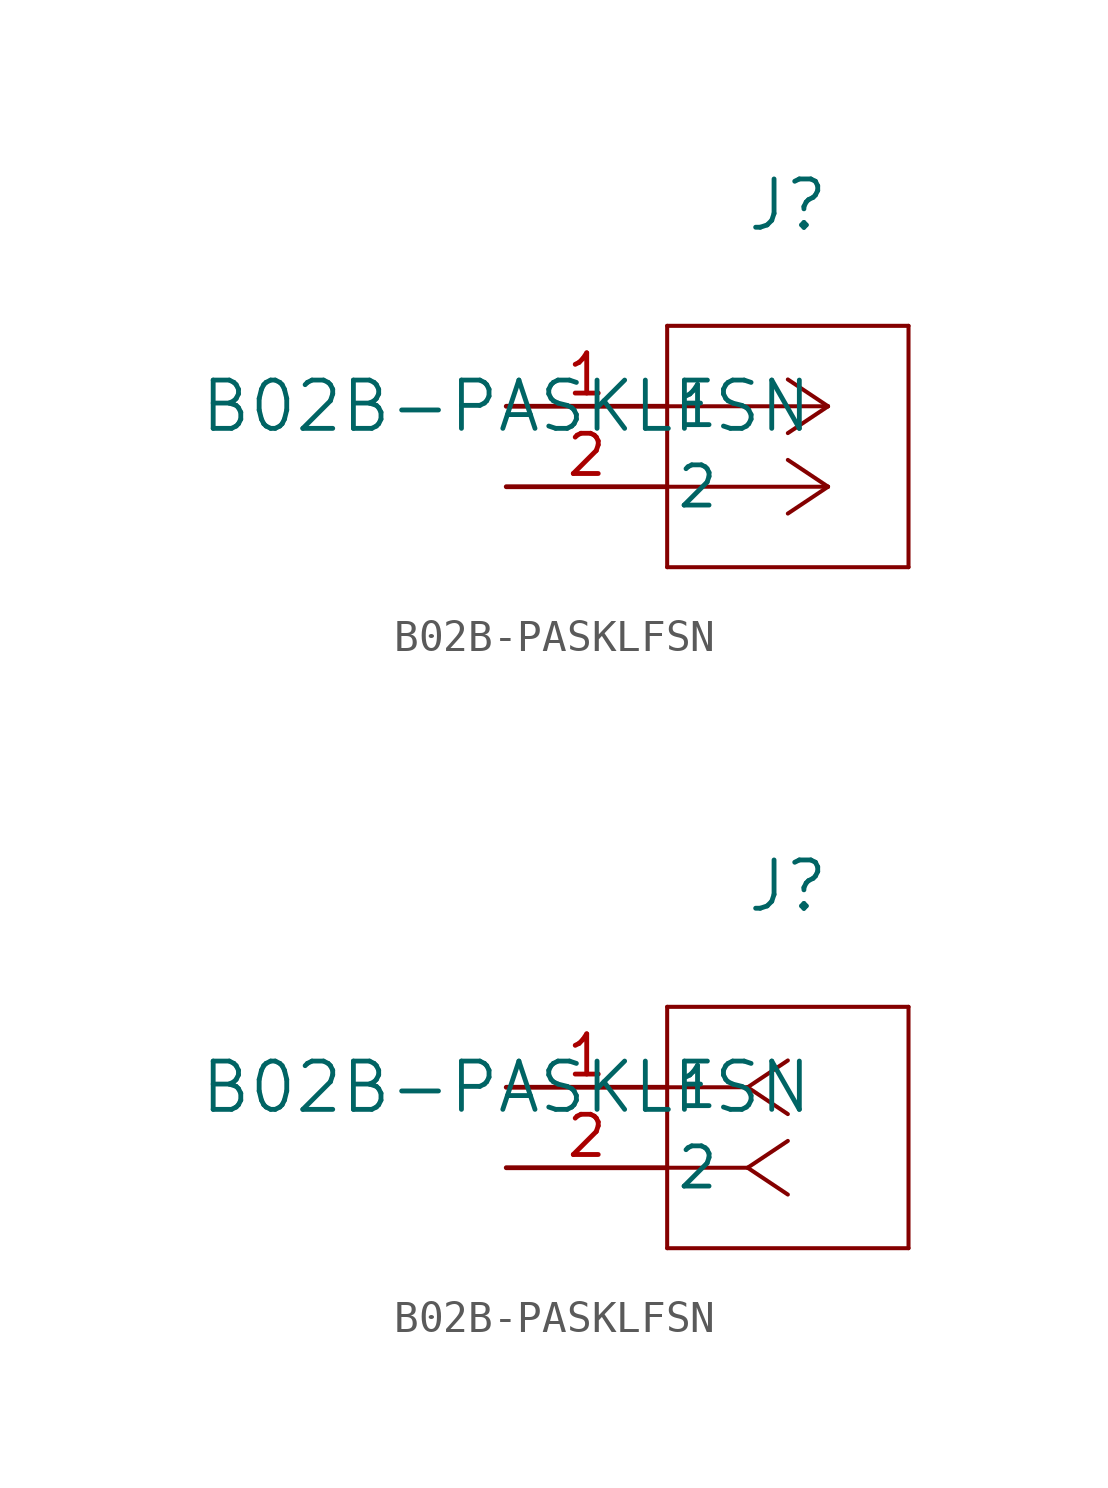
<source format=kicad_sym>
(kicad_symbol_lib
  (version 20211014)
  (generator kicad_symbol_editor)
  (symbol "B02B-PASKLFSN"
    (pin_names
      (offset 0.254))
    (property "Reference" "J"
      (at 8.89 6.35 0)
      (effects (font (size 1.524 1.524))))
    (property "Value" "B02B-PASKLFSN"
      (at 0 0 0)
      (effects (font (size 1.524 1.524))))
    (symbol "B02B-PASKLFSN_1_1"
      (polyline (pts (xy 10.16 0) (xy 5.08 0)) (stroke (width 0.127) (type default) (color 0 0 0 0)) (fill (type none)))
      (polyline (pts (xy 10.16 -2.54) (xy 5.08 -2.54)) (stroke (width 0.127) (type default) (color 0 0 0 0)) (fill (type none)))
      (polyline (pts (xy 10.16 0) (xy 8.89 0.847)) (stroke (width 0.127) (type default) (color 0 0 0 0)) (fill (type none)))
      (polyline (pts (xy 10.16 -2.54) (xy 8.89 -1.693)) (stroke (width 0.127) (type default) (color 0 0 0 0)) (fill (type none)))
      (polyline (pts (xy 10.16 0) (xy 8.89 -0.847)) (stroke (width 0.127) (type default) (color 0 0 0 0)) (fill (type none)))
      (polyline (pts (xy 10.16 -2.54) (xy 8.89 -3.387)) (stroke (width 0.127) (type default) (color 0 0 0 0)) (fill (type none)))
      (polyline (pts (xy 5.08 2.54) (xy 5.08 -5.08)) (stroke (width 0.127) (type default) (color 0 0 0 0)) (fill (type none)))
      (polyline (pts (xy 5.08 -5.08) (xy 12.7 -5.08)) (stroke (width 0.127) (type default) (color 0 0 0 0)) (fill (type none)))
      (polyline (pts (xy 12.7 -5.08) (xy 12.7 2.54)) (stroke (width 0.127) (type default) (color 0 0 0 0)) (fill (type none)))
      (polyline (pts (xy 12.7 2.54) (xy 5.08 2.54)) (stroke (width 0.127) (type default) (color 0 0 0 0)) (fill (type none)))
      (pin unspecified line (at 0 0 0) (length 5.08) (name "1" (effects (font (size 1.27 1.27)))) (number "1" (effects (font (size 1.27 1.27)))))
      (pin unspecified line (at 0 -2.54 0) (length 5.08) (name "2" (effects (font (size 1.27 1.27)))) (number "2" (effects (font (size 1.27 1.27))))))
    (symbol "B02B-PASKLFSN_1_2"
      (polyline (pts (xy 7.62 0) (xy 5.08 0)) (stroke (width 0.127) (type default) (color 0 0 0 0)) (fill (type none)))
      (polyline (pts (xy 7.62 -2.54) (xy 5.08 -2.54)) (stroke (width 0.127) (type default) (color 0 0 0 0)) (fill (type none)))
      (polyline (pts (xy 7.62 0) (xy 8.89 0.847)) (stroke (width 0.127) (type default) (color 0 0 0 0)) (fill (type none)))
      (polyline (pts (xy 7.62 -2.54) (xy 8.89 -1.693)) (stroke (width 0.127) (type default) (color 0 0 0 0)) (fill (type none)))
      (polyline (pts (xy 7.62 0) (xy 8.89 -0.847)) (stroke (width 0.127) (type default) (color 0 0 0 0)) (fill (type none)))
      (polyline (pts (xy 7.62 -2.54) (xy 8.89 -3.387)) (stroke (width 0.127) (type default) (color 0 0 0 0)) (fill (type none)))
      (polyline (pts (xy 5.08 2.54) (xy 5.08 -5.08)) (stroke (width 0.127) (type default) (color 0 0 0 0)) (fill (type none)))
      (polyline (pts (xy 5.08 -5.08) (xy 12.7 -5.08)) (stroke (width 0.127) (type default) (color 0 0 0 0)) (fill (type none)))
      (polyline (pts (xy 12.7 -5.08) (xy 12.7 2.54)) (stroke (width 0.127) (type default) (color 0 0 0 0)) (fill (type none)))
      (polyline (pts (xy 12.7 2.54) (xy 5.08 2.54)) (stroke (width 0.127) (type default) (color 0 0 0 0)) (fill (type none)))
      (pin unspecified line (at 0 0 0) (length 5.08) (name "1" (effects (font (size 1.27 1.27)))) (number "1" (effects (font (size 1.27 1.27)))))
      (pin unspecified line (at 0 -2.54 0) (length 5.08) (name "2" (effects (font (size 1.27 1.27)))) (number "2" (effects (font (size 1.27 1.27))))))))
</source>
